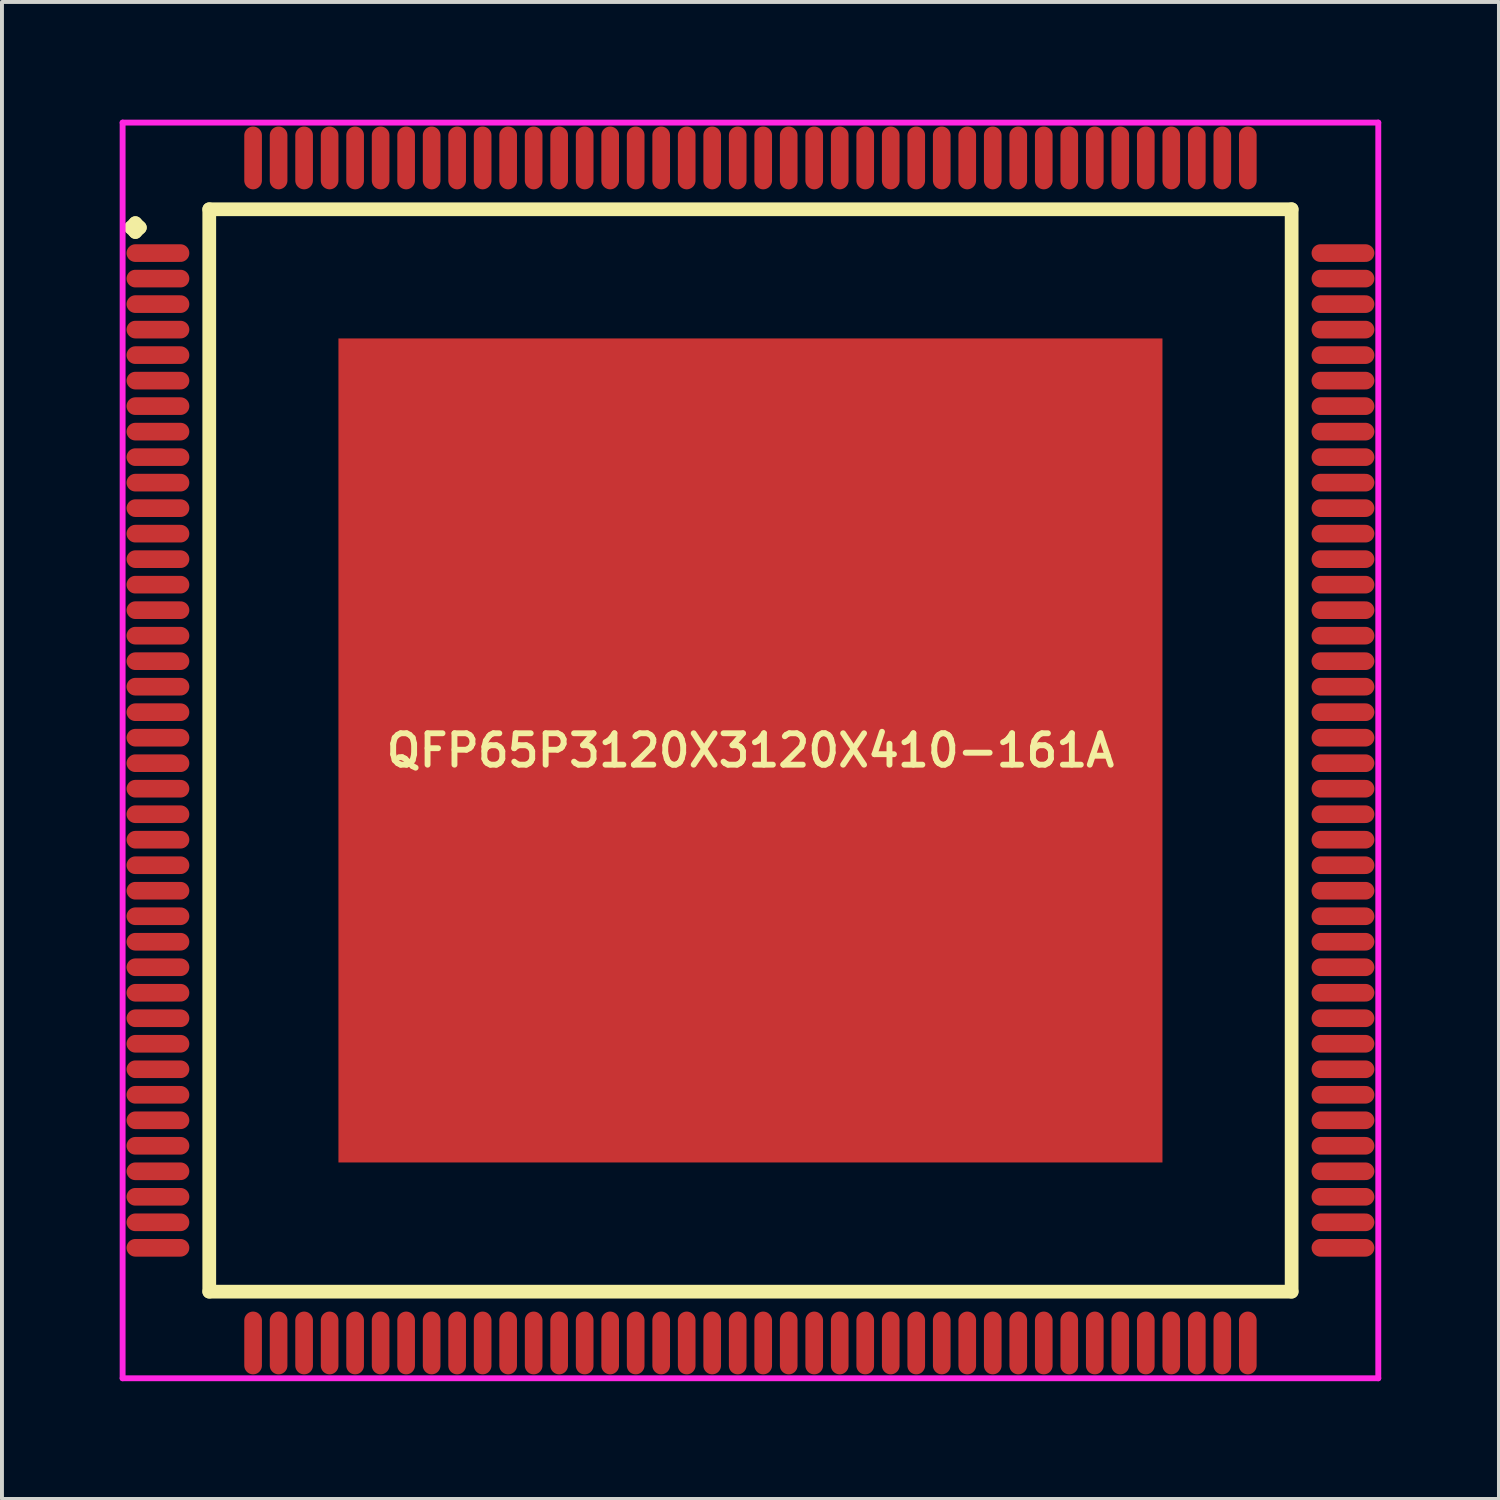
<source format=kicad_pcb>
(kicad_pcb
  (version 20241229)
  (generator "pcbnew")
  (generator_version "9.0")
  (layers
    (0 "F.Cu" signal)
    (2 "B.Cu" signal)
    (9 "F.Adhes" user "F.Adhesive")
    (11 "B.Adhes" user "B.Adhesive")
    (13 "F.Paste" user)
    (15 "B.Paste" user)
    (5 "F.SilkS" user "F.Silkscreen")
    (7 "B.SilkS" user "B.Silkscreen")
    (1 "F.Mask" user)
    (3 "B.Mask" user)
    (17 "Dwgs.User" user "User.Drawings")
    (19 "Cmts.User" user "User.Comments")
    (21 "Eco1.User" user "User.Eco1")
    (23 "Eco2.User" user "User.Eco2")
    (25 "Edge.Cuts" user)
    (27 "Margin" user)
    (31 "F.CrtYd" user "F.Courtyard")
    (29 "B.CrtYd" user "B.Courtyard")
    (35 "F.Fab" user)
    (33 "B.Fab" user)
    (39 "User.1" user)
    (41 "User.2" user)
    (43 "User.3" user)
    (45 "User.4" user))
  (footprint "QFP65P3120X3120X410-161A"
    (layer "F.Cu")
    (at 16.075 16.075)
    (property "Reference" "QFP65P3120X3120X410-161A" (at 0 0 0) (layer "F.SilkS") (effects (font (size 0.8 0.8) (thickness 0.15))))
    (attr smd)
    (fp_line (start -15.787 -13.325) (end -15.675 -13.438) (stroke (width 0.35) (type solid)) (layer "F.SilkS"))
    (fp_line (start -15.675 -13.438) (end -15.562 -13.325) (stroke (width 0.35) (type solid)) (layer "F.SilkS"))
    (fp_line (start -15.675 -13.213) (end -15.787 -13.325) (stroke (width 0.35) (type solid)) (layer "F.SilkS"))
    (fp_line (start -15.562 -13.325) (end -15.675 -13.213) (stroke (width 0.35) (type solid)) (layer "F.SilkS"))
    (fp_line (start -13.792 -13.792) (end -13.792 13.792) (stroke (width 0.35) (type solid)) (layer "F.SilkS"))
    (fp_line (start -13.792 13.792) (end 13.792 13.792) (stroke (width 0.35) (type solid)) (layer "F.SilkS"))
    (fp_line (start 13.792 -13.792) (end -13.792 -13.792) (stroke (width 0.35) (type solid)) (layer "F.SilkS"))
    (fp_line (start 13.792 13.792) (end 13.792 -13.792) (stroke (width 0.35) (type solid)) (layer "F.SilkS"))
    (fp_line (start -16 -16) (end 16 -16) (stroke (width 0.15) (type solid)) (layer "F.CrtYd"))
    (fp_line (start -16 16) (end -16 -16) (stroke (width 0.15) (type solid)) (layer "F.CrtYd"))
    (fp_line (start 16 -16) (end 16 16) (stroke (width 0.15) (type solid)) (layer "F.CrtYd"))
    (fp_line (start 16 16) (end -16 16) (stroke (width 0.15) (type solid)) (layer "F.CrtYd"))
    (pad "1" smd oval (at -15.1 -12.675) (size 1.6 0.45) (layers "F.Cu" "F.Mask" "F.Paste"))
    (pad "2" smd oval (at -15.1 -12.025) (size 1.6 0.45) (layers "F.Cu" "F.Mask" "F.Paste"))
    (pad "3" smd oval (at -15.1 -11.375) (size 1.6 0.45) (layers "F.Cu" "F.Mask" "F.Paste"))
    (pad "4" smd oval (at -15.1 -10.725) (size 1.6 0.45) (layers "F.Cu" "F.Mask" "F.Paste"))
    (pad "5" smd oval (at -15.1 -10.075) (size 1.6 0.45) (layers "F.Cu" "F.Mask" "F.Paste"))
    (pad "6" smd oval (at -15.1 -9.425) (size 1.6 0.45) (layers "F.Cu" "F.Mask" "F.Paste"))
    (pad "7" smd oval (at -15.1 -8.775) (size 1.6 0.45) (layers "F.Cu" "F.Mask" "F.Paste"))
    (pad "8" smd oval (at -15.1 -8.125) (size 1.6 0.45) (layers "F.Cu" "F.Mask" "F.Paste"))
    (pad "9" smd oval (at -15.1 -7.475) (size 1.6 0.45) (layers "F.Cu" "F.Mask" "F.Paste"))
    (pad "10" smd oval (at -15.1 -6.825) (size 1.6 0.45) (layers "F.Cu" "F.Mask" "F.Paste"))
    (pad "11" smd oval (at -15.1 -6.175) (size 1.6 0.45) (layers "F.Cu" "F.Mask" "F.Paste"))
    (pad "12" smd oval (at -15.1 -5.525) (size 1.6 0.45) (layers "F.Cu" "F.Mask" "F.Paste"))
    (pad "13" smd oval (at -15.1 -4.875) (size 1.6 0.45) (layers "F.Cu" "F.Mask" "F.Paste"))
    (pad "14" smd oval (at -15.1 -4.225) (size 1.6 0.45) (layers "F.Cu" "F.Mask" "F.Paste"))
    (pad "15" smd oval (at -15.1 -3.575) (size 1.6 0.45) (layers "F.Cu" "F.Mask" "F.Paste"))
    (pad "16" smd oval (at -15.1 -2.925) (size 1.6 0.45) (layers "F.Cu" "F.Mask" "F.Paste"))
    (pad "17" smd oval (at -15.1 -2.275) (size 1.6 0.45) (layers "F.Cu" "F.Mask" "F.Paste"))
    (pad "18" smd oval (at -15.1 -1.625) (size 1.6 0.45) (layers "F.Cu" "F.Mask" "F.Paste"))
    (pad "19" smd oval (at -15.1 -0.975) (size 1.6 0.45) (layers "F.Cu" "F.Mask" "F.Paste"))
    (pad "20" smd oval (at -15.1 -0.325) (size 1.6 0.45) (layers "F.Cu" "F.Mask" "F.Paste"))
    (pad "21" smd oval (at -15.1 0.325) (size 1.6 0.45) (layers "F.Cu" "F.Mask" "F.Paste"))
    (pad "22" smd oval (at -15.1 0.975) (size 1.6 0.45) (layers "F.Cu" "F.Mask" "F.Paste"))
    (pad "23" smd oval (at -15.1 1.625) (size 1.6 0.45) (layers "F.Cu" "F.Mask" "F.Paste"))
    (pad "24" smd oval (at -15.1 2.275) (size 1.6 0.45) (layers "F.Cu" "F.Mask" "F.Paste"))
    (pad "25" smd oval (at -15.1 2.925) (size 1.6 0.45) (layers "F.Cu" "F.Mask" "F.Paste"))
    (pad "26" smd oval (at -15.1 3.575) (size 1.6 0.45) (layers "F.Cu" "F.Mask" "F.Paste"))
    (pad "27" smd oval (at -15.1 4.225) (size 1.6 0.45) (layers "F.Cu" "F.Mask" "F.Paste"))
    (pad "28" smd oval (at -15.1 4.875) (size 1.6 0.45) (layers "F.Cu" "F.Mask" "F.Paste"))
    (pad "29" smd oval (at -15.1 5.525) (size 1.6 0.45) (layers "F.Cu" "F.Mask" "F.Paste"))
    (pad "30" smd oval (at -15.1 6.175) (size 1.6 0.45) (layers "F.Cu" "F.Mask" "F.Paste"))
    (pad "31" smd oval (at -15.1 6.825) (size 1.6 0.45) (layers "F.Cu" "F.Mask" "F.Paste"))
    (pad "32" smd oval (at -15.1 7.475) (size 1.6 0.45) (layers "F.Cu" "F.Mask" "F.Paste"))
    (pad "33" smd oval (at -15.1 8.125) (size 1.6 0.45) (layers "F.Cu" "F.Mask" "F.Paste"))
    (pad "34" smd oval (at -15.1 8.775) (size 1.6 0.45) (layers "F.Cu" "F.Mask" "F.Paste"))
    (pad "35" smd oval (at -15.1 9.425) (size 1.6 0.45) (layers "F.Cu" "F.Mask" "F.Paste"))
    (pad "36" smd oval (at -15.1 10.075) (size 1.6 0.45) (layers "F.Cu" "F.Mask" "F.Paste"))
    (pad "37" smd oval (at -15.1 10.725) (size 1.6 0.45) (layers "F.Cu" "F.Mask" "F.Paste"))
    (pad "38" smd oval (at -15.1 11.375) (size 1.6 0.45) (layers "F.Cu" "F.Mask" "F.Paste"))
    (pad "39" smd oval (at -15.1 12.025) (size 1.6 0.45) (layers "F.Cu" "F.Mask" "F.Paste"))
    (pad "40" smd oval (at -15.1 12.675) (size 1.6 0.45) (layers "F.Cu" "F.Mask" "F.Paste"))
    (pad "41" smd oval (at -12.675 15.1) (size 0.45 1.6) (layers "F.Cu" "F.Mask" "F.Paste"))
    (pad "42" smd oval (at -12.025 15.1) (size 0.45 1.6) (layers "F.Cu" "F.Mask" "F.Paste"))
    (pad "43" smd oval (at -11.375 15.1) (size 0.45 1.6) (layers "F.Cu" "F.Mask" "F.Paste"))
    (pad "44" smd oval (at -10.725 15.1) (size 0.45 1.6) (layers "F.Cu" "F.Mask" "F.Paste"))
    (pad "45" smd oval (at -10.075 15.1) (size 0.45 1.6) (layers "F.Cu" "F.Mask" "F.Paste"))
    (pad "46" smd oval (at -9.425 15.1) (size 0.45 1.6) (layers "F.Cu" "F.Mask" "F.Paste"))
    (pad "47" smd oval (at -8.775 15.1) (size 0.45 1.6) (layers "F.Cu" "F.Mask" "F.Paste"))
    (pad "48" smd oval (at -8.125 15.1) (size 0.45 1.6) (layers "F.Cu" "F.Mask" "F.Paste"))
    (pad "49" smd oval (at -7.475 15.1) (size 0.45 1.6) (layers "F.Cu" "F.Mask" "F.Paste"))
    (pad "50" smd oval (at -6.825 15.1) (size 0.45 1.6) (layers "F.Cu" "F.Mask" "F.Paste"))
    (pad "51" smd oval (at -6.175 15.1) (size 0.45 1.6) (layers "F.Cu" "F.Mask" "F.Paste"))
    (pad "52" smd oval (at -5.525 15.1) (size 0.45 1.6) (layers "F.Cu" "F.Mask" "F.Paste"))
    (pad "53" smd oval (at -4.875 15.1) (size 0.45 1.6) (layers "F.Cu" "F.Mask" "F.Paste"))
    (pad "54" smd oval (at -4.225 15.1) (size 0.45 1.6) (layers "F.Cu" "F.Mask" "F.Paste"))
    (pad "55" smd oval (at -3.575 15.1) (size 0.45 1.6) (layers "F.Cu" "F.Mask" "F.Paste"))
    (pad "56" smd oval (at -2.925 15.1) (size 0.45 1.6) (layers "F.Cu" "F.Mask" "F.Paste"))
    (pad "57" smd oval (at -2.275 15.1) (size 0.45 1.6) (layers "F.Cu" "F.Mask" "F.Paste"))
    (pad "58" smd oval (at -1.625 15.1) (size 0.45 1.6) (layers "F.Cu" "F.Mask" "F.Paste"))
    (pad "59" smd oval (at -0.975 15.1) (size 0.45 1.6) (layers "F.Cu" "F.Mask" "F.Paste"))
    (pad "60" smd oval (at -0.325 15.1) (size 0.45 1.6) (layers "F.Cu" "F.Mask" "F.Paste"))
    (pad "61" smd oval (at 0.325 15.1) (size 0.45 1.6) (layers "F.Cu" "F.Mask" "F.Paste"))
    (pad "62" smd oval (at 0.975 15.1) (size 0.45 1.6) (layers "F.Cu" "F.Mask" "F.Paste"))
    (pad "63" smd oval (at 1.625 15.1) (size 0.45 1.6) (layers "F.Cu" "F.Mask" "F.Paste"))
    (pad "64" smd oval (at 2.275 15.1) (size 0.45 1.6) (layers "F.Cu" "F.Mask" "F.Paste"))
    (pad "65" smd oval (at 2.925 15.1) (size 0.45 1.6) (layers "F.Cu" "F.Mask" "F.Paste"))
    (pad "66" smd oval (at 3.575 15.1) (size 0.45 1.6) (layers "F.Cu" "F.Mask" "F.Paste"))
    (pad "67" smd oval (at 4.225 15.1) (size 0.45 1.6) (layers "F.Cu" "F.Mask" "F.Paste"))
    (pad "68" smd oval (at 4.875 15.1) (size 0.45 1.6) (layers "F.Cu" "F.Mask" "F.Paste"))
    (pad "69" smd oval (at 5.525 15.1) (size 0.45 1.6) (layers "F.Cu" "F.Mask" "F.Paste"))
    (pad "70" smd oval (at 6.175 15.1) (size 0.45 1.6) (layers "F.Cu" "F.Mask" "F.Paste"))
    (pad "71" smd oval (at 6.825 15.1) (size 0.45 1.6) (layers "F.Cu" "F.Mask" "F.Paste"))
    (pad "72" smd oval (at 7.475 15.1) (size 0.45 1.6) (layers "F.Cu" "F.Mask" "F.Paste"))
    (pad "73" smd oval (at 8.125 15.1) (size 0.45 1.6) (layers "F.Cu" "F.Mask" "F.Paste"))
    (pad "74" smd oval (at 8.775 15.1) (size 0.45 1.6) (layers "F.Cu" "F.Mask" "F.Paste"))
    (pad "75" smd oval (at 9.425 15.1) (size 0.45 1.6) (layers "F.Cu" "F.Mask" "F.Paste"))
    (pad "76" smd oval (at 10.075 15.1) (size 0.45 1.6) (layers "F.Cu" "F.Mask" "F.Paste"))
    (pad "77" smd oval (at 10.725 15.1) (size 0.45 1.6) (layers "F.Cu" "F.Mask" "F.Paste"))
    (pad "78" smd oval (at 11.375 15.1) (size 0.45 1.6) (layers "F.Cu" "F.Mask" "F.Paste"))
    (pad "79" smd oval (at 12.025 15.1) (size 0.45 1.6) (layers "F.Cu" "F.Mask" "F.Paste"))
    (pad "80" smd oval (at 12.675 15.1) (size 0.45 1.6) (layers "F.Cu" "F.Mask" "F.Paste"))
    (pad "81" smd oval (at 15.1 12.675) (size 1.6 0.45) (layers "F.Cu" "F.Mask" "F.Paste"))
    (pad "82" smd oval (at 15.1 12.025) (size 1.6 0.45) (layers "F.Cu" "F.Mask" "F.Paste"))
    (pad "83" smd oval (at 15.1 11.375) (size 1.6 0.45) (layers "F.Cu" "F.Mask" "F.Paste"))
    (pad "84" smd oval (at 15.1 10.725) (size 1.6 0.45) (layers "F.Cu" "F.Mask" "F.Paste"))
    (pad "85" smd oval (at 15.1 10.075) (size 1.6 0.45) (layers "F.Cu" "F.Mask" "F.Paste"))
    (pad "86" smd oval (at 15.1 9.425) (size 1.6 0.45) (layers "F.Cu" "F.Mask" "F.Paste"))
    (pad "87" smd oval (at 15.1 8.775) (size 1.6 0.45) (layers "F.Cu" "F.Mask" "F.Paste"))
    (pad "88" smd oval (at 15.1 8.125) (size 1.6 0.45) (layers "F.Cu" "F.Mask" "F.Paste"))
    (pad "89" smd oval (at 15.1 7.475) (size 1.6 0.45) (layers "F.Cu" "F.Mask" "F.Paste"))
    (pad "90" smd oval (at 15.1 6.825) (size 1.6 0.45) (layers "F.Cu" "F.Mask" "F.Paste"))
    (pad "91" smd oval (at 15.1 6.175) (size 1.6 0.45) (layers "F.Cu" "F.Mask" "F.Paste"))
    (pad "92" smd oval (at 15.1 5.525) (size 1.6 0.45) (layers "F.Cu" "F.Mask" "F.Paste"))
    (pad "93" smd oval (at 15.1 4.875) (size 1.6 0.45) (layers "F.Cu" "F.Mask" "F.Paste"))
    (pad "94" smd oval (at 15.1 4.225) (size 1.6 0.45) (layers "F.Cu" "F.Mask" "F.Paste"))
    (pad "95" smd oval (at 15.1 3.575) (size 1.6 0.45) (layers "F.Cu" "F.Mask" "F.Paste"))
    (pad "96" smd oval (at 15.1 2.925) (size 1.6 0.45) (layers "F.Cu" "F.Mask" "F.Paste"))
    (pad "97" smd oval (at 15.1 2.275) (size 1.6 0.45) (layers "F.Cu" "F.Mask" "F.Paste"))
    (pad "98" smd oval (at 15.1 1.625) (size 1.6 0.45) (layers "F.Cu" "F.Mask" "F.Paste"))
    (pad "99" smd oval (at 15.1 0.975) (size 1.6 0.45) (layers "F.Cu" "F.Mask" "F.Paste"))
    (pad "100" smd oval (at 15.1 0.325) (size 1.6 0.45) (layers "F.Cu" "F.Mask" "F.Paste"))
    (pad "101" smd oval (at 15.1 -0.325) (size 1.6 0.45) (layers "F.Cu" "F.Mask" "F.Paste"))
    (pad "102" smd oval (at 15.1 -0.975) (size 1.6 0.45) (layers "F.Cu" "F.Mask" "F.Paste"))
    (pad "103" smd oval (at 15.1 -1.625) (size 1.6 0.45) (layers "F.Cu" "F.Mask" "F.Paste"))
    (pad "104" smd oval (at 15.1 -2.275) (size 1.6 0.45) (layers "F.Cu" "F.Mask" "F.Paste"))
    (pad "105" smd oval (at 15.1 -2.925) (size 1.6 0.45) (layers "F.Cu" "F.Mask" "F.Paste"))
    (pad "106" smd oval (at 15.1 -3.575) (size 1.6 0.45) (layers "F.Cu" "F.Mask" "F.Paste"))
    (pad "107" smd oval (at 15.1 -4.225) (size 1.6 0.45) (layers "F.Cu" "F.Mask" "F.Paste"))
    (pad "108" smd oval (at 15.1 -4.875) (size 1.6 0.45) (layers "F.Cu" "F.Mask" "F.Paste"))
    (pad "109" smd oval (at 15.1 -5.525) (size 1.6 0.45) (layers "F.Cu" "F.Mask" "F.Paste"))
    (pad "110" smd oval (at 15.1 -6.175) (size 1.6 0.45) (layers "F.Cu" "F.Mask" "F.Paste"))
    (pad "111" smd oval (at 15.1 -6.825) (size 1.6 0.45) (layers "F.Cu" "F.Mask" "F.Paste"))
    (pad "112" smd oval (at 15.1 -7.475) (size 1.6 0.45) (layers "F.Cu" "F.Mask" "F.Paste"))
    (pad "113" smd oval (at 15.1 -8.125) (size 1.6 0.45) (layers "F.Cu" "F.Mask" "F.Paste"))
    (pad "114" smd oval (at 15.1 -8.775) (size 1.6 0.45) (layers "F.Cu" "F.Mask" "F.Paste"))
    (pad "115" smd oval (at 15.1 -9.425) (size 1.6 0.45) (layers "F.Cu" "F.Mask" "F.Paste"))
    (pad "116" smd oval (at 15.1 -10.075) (size 1.6 0.45) (layers "F.Cu" "F.Mask" "F.Paste"))
    (pad "117" smd oval (at 15.1 -10.725) (size 1.6 0.45) (layers "F.Cu" "F.Mask" "F.Paste"))
    (pad "118" smd oval (at 15.1 -11.375) (size 1.6 0.45) (layers "F.Cu" "F.Mask" "F.Paste"))
    (pad "119" smd oval (at 15.1 -12.025) (size 1.6 0.45) (layers "F.Cu" "F.Mask" "F.Paste"))
    (pad "120" smd oval (at 15.1 -12.675) (size 1.6 0.45) (layers "F.Cu" "F.Mask" "F.Paste"))
    (pad "121" smd oval (at 12.675 -15.1) (size 0.45 1.6) (layers "F.Cu" "F.Mask" "F.Paste"))
    (pad "122" smd oval (at 12.025 -15.1) (size 0.45 1.6) (layers "F.Cu" "F.Mask" "F.Paste"))
    (pad "123" smd oval (at 11.375 -15.1) (size 0.45 1.6) (layers "F.Cu" "F.Mask" "F.Paste"))
    (pad "124" smd oval (at 10.725 -15.1) (size 0.45 1.6) (layers "F.Cu" "F.Mask" "F.Paste"))
    (pad "125" smd oval (at 10.075 -15.1) (size 0.45 1.6) (layers "F.Cu" "F.Mask" "F.Paste"))
    (pad "126" smd oval (at 9.425 -15.1) (size 0.45 1.6) (layers "F.Cu" "F.Mask" "F.Paste"))
    (pad "127" smd oval (at 8.775 -15.1) (size 0.45 1.6) (layers "F.Cu" "F.Mask" "F.Paste"))
    (pad "128" smd oval (at 8.125 -15.1) (size 0.45 1.6) (layers "F.Cu" "F.Mask" "F.Paste"))
    (pad "129" smd oval (at 7.475 -15.1) (size 0.45 1.6) (layers "F.Cu" "F.Mask" "F.Paste"))
    (pad "130" smd oval (at 6.825 -15.1) (size 0.45 1.6) (layers "F.Cu" "F.Mask" "F.Paste"))
    (pad "131" smd oval (at 6.175 -15.1) (size 0.45 1.6) (layers "F.Cu" "F.Mask" "F.Paste"))
    (pad "132" smd oval (at 5.525 -15.1) (size 0.45 1.6) (layers "F.Cu" "F.Mask" "F.Paste"))
    (pad "133" smd oval (at 4.875 -15.1) (size 0.45 1.6) (layers "F.Cu" "F.Mask" "F.Paste"))
    (pad "134" smd oval (at 4.225 -15.1) (size 0.45 1.6) (layers "F.Cu" "F.Mask" "F.Paste"))
    (pad "135" smd oval (at 3.575 -15.1) (size 0.45 1.6) (layers "F.Cu" "F.Mask" "F.Paste"))
    (pad "136" smd oval (at 2.925 -15.1) (size 0.45 1.6) (layers "F.Cu" "F.Mask" "F.Paste"))
    (pad "137" smd oval (at 2.275 -15.1) (size 0.45 1.6) (layers "F.Cu" "F.Mask" "F.Paste"))
    (pad "138" smd oval (at 1.625 -15.1) (size 0.45 1.6) (layers "F.Cu" "F.Mask" "F.Paste"))
    (pad "139" smd oval (at 0.975 -15.1) (size 0.45 1.6) (layers "F.Cu" "F.Mask" "F.Paste"))
    (pad "140" smd oval (at 0.325 -15.1) (size 0.45 1.6) (layers "F.Cu" "F.Mask" "F.Paste"))
    (pad "141" smd oval (at -0.325 -15.1) (size 0.45 1.6) (layers "F.Cu" "F.Mask" "F.Paste"))
    (pad "142" smd oval (at -0.975 -15.1) (size 0.45 1.6) (layers "F.Cu" "F.Mask" "F.Paste"))
    (pad "143" smd oval (at -1.625 -15.1) (size 0.45 1.6) (layers "F.Cu" "F.Mask" "F.Paste"))
    (pad "144" smd oval (at -2.275 -15.1) (size 0.45 1.6) (layers "F.Cu" "F.Mask" "F.Paste"))
    (pad "145" smd oval (at -2.925 -15.1) (size 0.45 1.6) (layers "F.Cu" "F.Mask" "F.Paste"))
    (pad "146" smd oval (at -3.575 -15.1) (size 0.45 1.6) (layers "F.Cu" "F.Mask" "F.Paste"))
    (pad "147" smd oval (at -4.225 -15.1) (size 0.45 1.6) (layers "F.Cu" "F.Mask" "F.Paste"))
    (pad "148" smd oval (at -4.875 -15.1) (size 0.45 1.6) (layers "F.Cu" "F.Mask" "F.Paste"))
    (pad "149" smd oval (at -5.525 -15.1) (size 0.45 1.6) (layers "F.Cu" "F.Mask" "F.Paste"))
    (pad "150" smd oval (at -6.175 -15.1) (size 0.45 1.6) (layers "F.Cu" "F.Mask" "F.Paste"))
    (pad "151" smd oval (at -6.825 -15.1) (size 0.45 1.6) (layers "F.Cu" "F.Mask" "F.Paste"))
    (pad "152" smd oval (at -7.475 -15.1) (size 0.45 1.6) (layers "F.Cu" "F.Mask" "F.Paste"))
    (pad "153" smd oval (at -8.125 -15.1) (size 0.45 1.6) (layers "F.Cu" "F.Mask" "F.Paste"))
    (pad "154" smd oval (at -8.775 -15.1) (size 0.45 1.6) (layers "F.Cu" "F.Mask" "F.Paste"))
    (pad "155" smd oval (at -9.425 -15.1) (size 0.45 1.6) (layers "F.Cu" "F.Mask" "F.Paste"))
    (pad "156" smd oval (at -10.075 -15.1) (size 0.45 1.6) (layers "F.Cu" "F.Mask" "F.Paste"))
    (pad "157" smd oval (at -10.725 -15.1) (size 0.45 1.6) (layers "F.Cu" "F.Mask" "F.Paste"))
    (pad "158" smd oval (at -11.375 -15.1) (size 0.45 1.6) (layers "F.Cu" "F.Mask" "F.Paste"))
    (pad "159" smd oval (at -12.025 -15.1) (size 0.45 1.6) (layers "F.Cu" "F.Mask" "F.Paste"))
    (pad "160" smd oval (at -12.675 -15.1) (size 0.45 1.6) (layers "F.Cu" "F.Mask" "F.Paste"))
    (pad "161" smd rect (at 0 0) (size 21 21) (layers "F.Cu" "F.Mask" "F.Paste")))
  (gr_rect
    (start -3 -3)
    (end 35.15 35.15)
    (stroke (width 0.1) (type default))
    (fill no)
    (layer "Edge.Cuts")))
</source>
